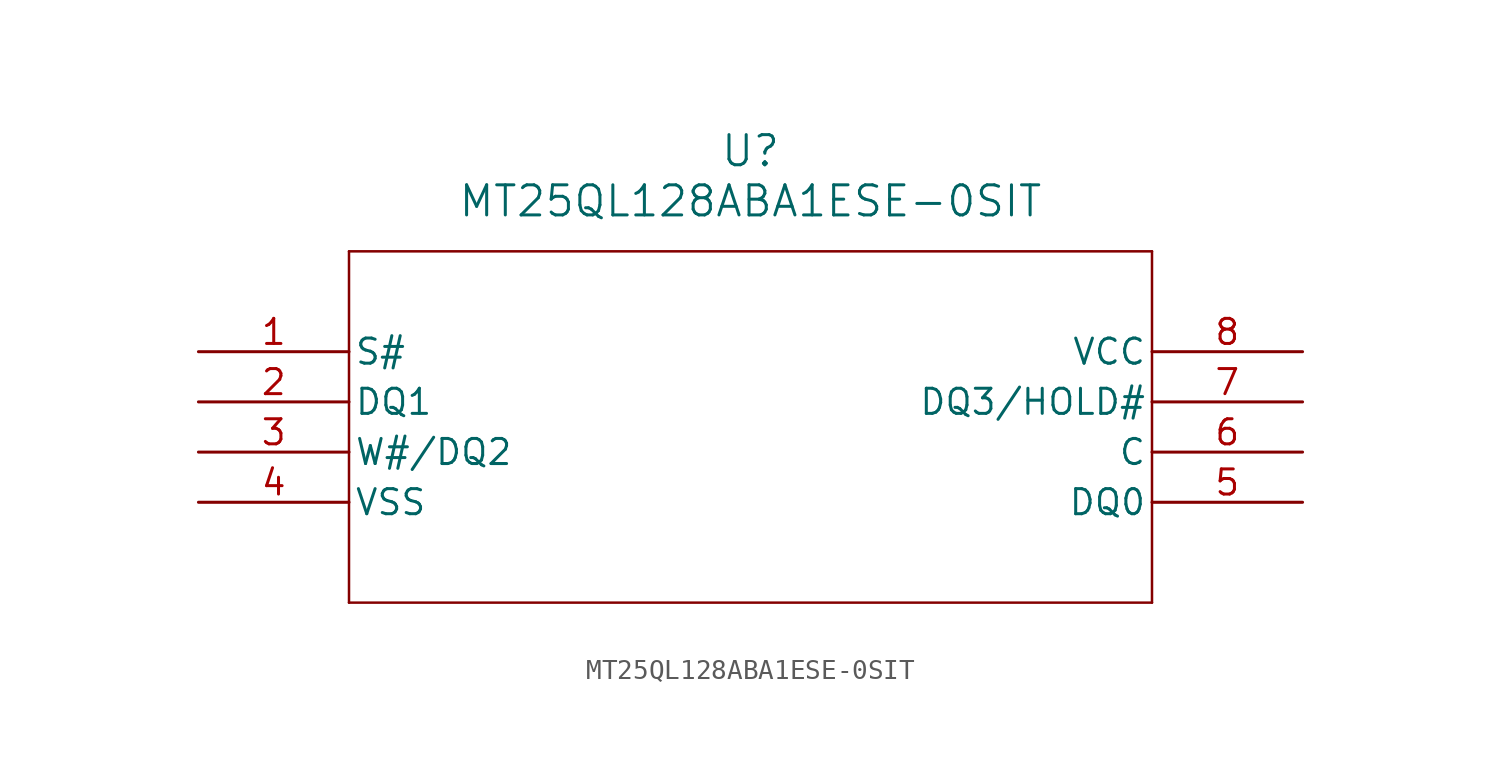
<source format=kicad_sym>
(kicad_symbol_lib
  (version 20211014)
  (generator kicad_symbol_editor)
  (symbol "MT25QL128ABA1ESE-0SIT"
    (pin_names
      (offset 0.254))
    (property "Reference" "U"
      (at 27.94 10.16 0)
      (effects (font (size 1.524 1.524))))
    (property "Value" "MT25QL128ABA1ESE-0SIT"
      (at 27.94 7.62 0)
      (effects (font (size 1.524 1.524))))
    (symbol "MT25QL128ABA1ESE-0SIT_0_1"
      (polyline (pts (xy 7.62 5.08) (xy 7.62 -12.7)) (stroke (width 0.127) (type default) (color 0 0 0 0)) (fill (type none)))
      (polyline (pts (xy 7.62 -12.7) (xy 48.26 -12.7)) (stroke (width 0.127) (type default) (color 0 0 0 0)) (fill (type none)))
      (polyline (pts (xy 48.26 -12.7) (xy 48.26 5.08)) (stroke (width 0.127) (type default) (color 0 0 0 0)) (fill (type none)))
      (polyline (pts (xy 48.26 5.08) (xy 7.62 5.08)) (stroke (width 0.127) (type default) (color 0 0 0 0)) (fill (type none)))
      (pin input line (at 0 0 0) (length 7.62) (name "S#" (effects (font (size 1.27 1.27)))) (number "1" (effects (font (size 1.27 1.27)))))
      (pin bidirectional line (at 0 -2.54 0) (length 7.62) (name "DQ1" (effects (font (size 1.27 1.27)))) (number "2" (effects (font (size 1.27 1.27)))))
      (pin bidirectional line (at 0 -5.08 0) (length 7.62) (name "W#/DQ2" (effects (font (size 1.27 1.27)))) (number "3" (effects (font (size 1.27 1.27)))))
      (pin power_out line (at 0 -7.62 0) (length 7.62) (name "VSS" (effects (font (size 1.27 1.27)))) (number "4" (effects (font (size 1.27 1.27)))))
      (pin bidirectional line (at 55.88 -7.62 180) (length 7.62) (name "DQ0" (effects (font (size 1.27 1.27)))) (number "5" (effects (font (size 1.27 1.27)))))
      (pin input line (at 55.88 -5.08 180) (length 7.62) (name "C" (effects (font (size 1.27 1.27)))) (number "6" (effects (font (size 1.27 1.27)))))
      (pin bidirectional line (at 55.88 -2.54 180) (length 7.62) (name "DQ3/HOLD#" (effects (font (size 1.27 1.27)))) (number "7" (effects (font (size 1.27 1.27)))))
      (pin power_in line (at 55.88 0 180) (length 7.62) (name "VCC" (effects (font (size 1.27 1.27)))) (number "8" (effects (font (size 1.27 1.27))))))))
</source>
